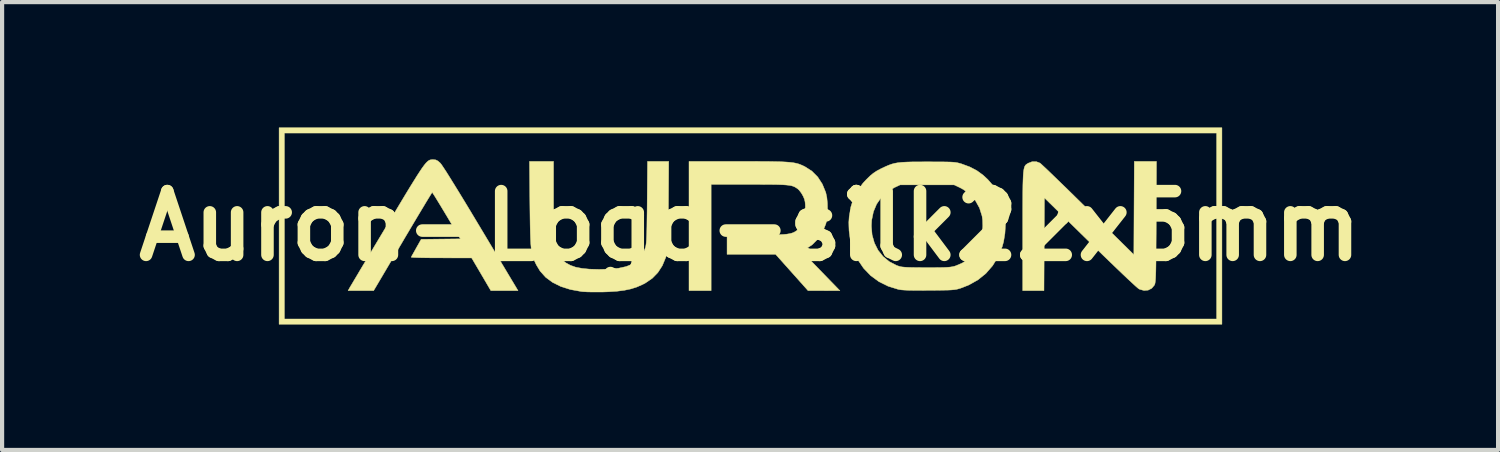
<source format=kicad_pcb>
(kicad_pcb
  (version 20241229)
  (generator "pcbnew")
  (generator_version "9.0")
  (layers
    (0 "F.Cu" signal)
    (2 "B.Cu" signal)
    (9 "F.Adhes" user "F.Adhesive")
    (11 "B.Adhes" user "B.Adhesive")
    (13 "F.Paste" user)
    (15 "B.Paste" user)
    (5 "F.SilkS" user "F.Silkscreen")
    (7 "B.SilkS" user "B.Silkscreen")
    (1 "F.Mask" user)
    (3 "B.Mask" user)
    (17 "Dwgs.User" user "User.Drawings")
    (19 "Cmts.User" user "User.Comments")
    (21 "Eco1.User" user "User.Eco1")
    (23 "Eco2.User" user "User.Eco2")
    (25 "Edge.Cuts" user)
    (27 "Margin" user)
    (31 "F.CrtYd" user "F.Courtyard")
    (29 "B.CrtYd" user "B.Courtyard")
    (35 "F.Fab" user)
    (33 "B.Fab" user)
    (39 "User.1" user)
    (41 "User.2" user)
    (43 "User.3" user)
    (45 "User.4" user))
  (footprint "Auron-Logo-silk22x5mm"
    (layer "F.Cu")
    (at 14.884 2.354)
    (property "Reference" "Auron-Logo-silk22x5mm" (at 0 0 0) (layer "F.SilkS") (effects (font (size 1.524 1.524) (thickness 0.3))))
    (attr through_hole)
    (fp_poly (pts (xy 11.282 2.349) (xy -11.261 2.349) (xy -11.261 -2.223) (xy -11.134 -2.223) (xy -11.134 2.223) (xy 11.155 2.223) (xy 11.155 -2.223) (xy -11.134 -2.223) (xy -11.261 -2.223) (xy -11.261 -2.349) (xy 11.282 -2.349) (xy 11.282 2.349)) (stroke (width 0.01) (type solid)) (fill yes) (layer "F.SilkS"))
    (fp_poly (pts (xy 9.711 -0.101) (xy 9.71 0.183) (xy 9.708 0.428) (xy 9.707 0.637) (xy 9.706 0.812) (xy 9.704 0.957) (xy 9.702 1.076) (xy 9.699 1.17) (xy 9.696 1.244) (xy 9.692 1.301) (xy 9.687 1.342) (xy 9.682 1.372) (xy 9.676 1.394) (xy 9.669 1.41) (xy 9.668 1.413) (xy 9.604 1.489) (xy 9.519 1.533) (xy 9.421 1.542) (xy 9.318 1.514) (xy 9.297 1.503) (xy 9.269 1.482) (xy 9.213 1.433) (xy 9.133 1.359) (xy 9.03 1.264) (xy 8.908 1.148) (xy 8.769 1.015) (xy 8.615 0.867) (xy 8.449 0.707) (xy 8.274 0.536) (xy 8.128 0.394) (xy 7.038 -0.673) (xy 7.027 1.545) (xy 6.519 1.545) (xy 6.519 0.116) (xy 6.519 -0.176) (xy 6.519 -0.428) (xy 6.52 -0.645) (xy 6.521 -0.827) (xy 6.523 -0.98) (xy 6.527 -1.105) (xy 6.531 -1.206) (xy 6.537 -1.286) (xy 6.546 -1.347) (xy 6.556 -1.393) (xy 6.568 -1.427) (xy 6.583 -1.452) (xy 6.601 -1.47) (xy 6.623 -1.485) (xy 6.647 -1.5) (xy 6.65 -1.502) (xy 6.747 -1.539) (xy 6.847 -1.538) (xy 6.932 -1.505) (xy 6.957 -1.484) (xy 7.01 -1.435) (xy 7.088 -1.362) (xy 7.188 -1.266) (xy 7.308 -1.15) (xy 7.445 -1.017) (xy 7.598 -0.869) (xy 7.762 -0.708) (xy 7.936 -0.537) (xy 8.086 -0.39) (xy 9.176 0.685) (xy 9.181 -0.43) (xy 9.187 -1.545) (xy 9.717 -1.545) (xy 9.711 -0.101)) (stroke (width 0.01) (type solid)) (fill yes) (layer "F.SilkS"))
    (fp_poly (pts (xy -7.574 -1.587) (xy -7.515 -1.581) (xy -7.464 -1.555) (xy -7.41 -1.508) (xy -7.382 -1.474) (xy -7.335 -1.404) (xy -7.267 -1.301) (xy -7.181 -1.164) (xy -7.077 -0.996) (xy -6.955 -0.798) (xy -6.816 -0.57) (xy -6.662 -0.315) (xy -6.493 -0.033) (xy -6.438 0.058) (xy -5.548 1.545) (xy -6.198 1.545) (xy -6.427 1.154) (xy -6.657 0.763) (xy -7.384 0.762) (xy -7.554 0.762) (xy -7.71 0.76) (xy -7.846 0.758) (xy -7.958 0.755) (xy -8.041 0.752) (xy -8.091 0.748) (xy -8.103 0.745) (xy -8.091 0.721) (xy -8.061 0.668) (xy -8.02 0.595) (xy -7.98 0.523) (xy -7.864 0.318) (xy -6.926 0.307) (xy -7.257 -0.248) (xy -7.34 -0.386) (xy -7.416 -0.512) (xy -7.482 -0.62) (xy -7.536 -0.708) (xy -7.576 -0.769) (xy -7.597 -0.801) (xy -7.6 -0.804) (xy -7.613 -0.786) (xy -7.645 -0.735) (xy -7.695 -0.654) (xy -7.761 -0.545) (xy -7.841 -0.412) (xy -7.934 -0.257) (xy -8.037 -0.084) (xy -8.148 0.103) (xy -8.267 0.303) (xy -8.306 0.37) (xy -9 1.545) (xy -9.611 1.545) (xy -9.579 1.487) (xy -9.564 1.46) (xy -9.528 1.4) (xy -9.474 1.309) (xy -9.403 1.19) (xy -9.318 1.046) (xy -9.219 0.881) (xy -9.108 0.696) (xy -8.988 0.495) (xy -8.859 0.28) (xy -8.724 0.055) (xy -8.672 -0.032) (xy -8.508 -0.305) (xy -8.365 -0.544) (xy -8.24 -0.752) (xy -8.132 -0.93) (xy -8.039 -1.08) (xy -7.96 -1.206) (xy -7.893 -1.309) (xy -7.837 -1.392) (xy -7.79 -1.456) (xy -7.75 -1.505) (xy -7.716 -1.539) (xy -7.686 -1.563) (xy -7.659 -1.577) (xy -7.633 -1.584) (xy -7.606 -1.587) (xy -7.577 -1.588) (xy -7.574 -1.587)) (stroke (width 0.01) (type solid)) (fill yes) (layer "F.SilkS"))
    (fp_poly (pts (xy -4.699 -0.577) (xy -4.698 -0.321) (xy -4.697 -0.105) (xy -4.695 0.078) (xy -4.69 0.229) (xy -4.684 0.353) (xy -4.674 0.454) (xy -4.66 0.535) (xy -4.642 0.601) (xy -4.619 0.655) (xy -4.592 0.702) (xy -4.558 0.744) (xy -4.517 0.785) (xy -4.494 0.807) (xy -4.402 0.882) (xy -4.295 0.94) (xy -4.17 0.984) (xy -4.02 1.013) (xy -3.84 1.031) (xy -3.626 1.037) (xy -3.591 1.037) (xy -3.346 1.03) (xy -3.138 1.008) (xy -2.965 0.97) (xy -2.822 0.914) (xy -2.706 0.838) (xy -2.614 0.742) (xy -2.544 0.623) (xy -2.505 0.522) (xy -2.496 0.491) (xy -2.489 0.453) (xy -2.483 0.405) (xy -2.478 0.341) (xy -2.474 0.258) (xy -2.47 0.153) (xy -2.467 0.021) (xy -2.465 -0.142) (xy -2.462 -0.34) (xy -2.46 -0.566) (xy -2.452 -1.545) (xy -1.945 -1.545) (xy -1.959 0.582) (xy -2.016 0.751) (xy -2.098 0.948) (xy -2.204 1.112) (xy -2.336 1.248) (xy -2.5 1.361) (xy -2.572 1.399) (xy -2.707 1.458) (xy -2.85 1.504) (xy -3.007 1.537) (xy -3.187 1.56) (xy -3.397 1.573) (xy -3.514 1.577) (xy -3.648 1.578) (xy -3.779 1.578) (xy -3.897 1.575) (xy -3.99 1.57) (xy -4.032 1.566) (xy -4.297 1.518) (xy -4.527 1.445) (xy -4.724 1.347) (xy -4.888 1.225) (xy -5.021 1.076) (xy -5.111 0.927) (xy -5.142 0.862) (xy -5.168 0.803) (xy -5.19 0.743) (xy -5.208 0.681) (xy -5.222 0.61) (xy -5.234 0.528) (xy -5.243 0.429) (xy -5.249 0.31) (xy -5.254 0.167) (xy -5.258 -0.005) (xy -5.261 -0.209) (xy -5.264 -0.451) (xy -5.265 -0.534) (xy -5.274 -1.545) (xy -4.699 -1.545) (xy -4.699 -0.577)) (stroke (width 0.01) (type solid)) (fill yes) (layer "F.SilkS"))
    (fp_poly (pts (xy -0.28 -1.545) (xy -0.008 -1.545) (xy 0.226 -1.544) (xy 0.425 -1.543) (xy 0.593 -1.54) (xy 0.733 -1.537) (xy 0.849 -1.531) (xy 0.944 -1.524) (xy 1.023 -1.515) (xy 1.089 -1.503) (xy 1.146 -1.489) (xy 1.197 -1.471) (xy 1.247 -1.45) (xy 1.298 -1.426) (xy 1.313 -1.418) (xy 1.48 -1.311) (xy 1.618 -1.172) (xy 1.728 -1.002) (xy 1.81 -0.802) (xy 1.812 -0.793) (xy 1.836 -0.682) (xy 1.849 -0.544) (xy 1.852 -0.394) (xy 1.845 -0.247) (xy 1.828 -0.117) (xy 1.812 -0.053) (xy 1.735 0.138) (xy 1.625 0.306) (xy 1.487 0.446) (xy 1.341 0.544) (xy 1.233 0.604) (xy 1.691 1.075) (xy 2.148 1.546) (xy 1.767 1.545) (xy 1.386 1.545) (xy 0.999 1.111) (xy 0.611 0.677) (xy -0.55 0.677) (xy -0.55 0.212) (xy 0.155 0.212) (xy 0.367 0.211) (xy 0.54 0.21) (xy 0.681 0.207) (xy 0.794 0.202) (xy 0.882 0.194) (xy 0.952 0.182) (xy 1.008 0.167) (xy 1.054 0.148) (xy 1.095 0.123) (xy 1.132 0.097) (xy 1.18 0.048) (xy 1.231 -0.023) (xy 1.263 -0.079) (xy 1.292 -0.143) (xy 1.309 -0.201) (xy 1.319 -0.266) (xy 1.322 -0.353) (xy 1.322 -0.402) (xy 1.321 -0.503) (xy 1.315 -0.576) (xy 1.302 -0.634) (xy 1.279 -0.692) (xy 1.265 -0.721) (xy 1.223 -0.793) (xy 1.174 -0.856) (xy 1.143 -0.886) (xy 1.108 -0.911) (xy 1.073 -0.932) (xy 1.036 -0.949) (xy 0.991 -0.963) (xy 0.936 -0.973) (xy 0.865 -0.981) (xy 0.774 -0.987) (xy 0.66 -0.991) (xy 0.518 -0.993) (xy 0.345 -0.994) (xy 0.136 -0.995) (xy -0.013 -0.995) (xy -0.931 -0.995) (xy -0.931 1.545) (xy -1.46 1.545) (xy -1.46 -1.545) (xy -0.28 -1.545)) (stroke (width 0.01) (type solid)) (fill yes) (layer "F.SilkS"))
    (fp_poly (pts (xy 4.429 -1.534) (xy 4.578 -1.534) (xy 4.695 -1.532) (xy 4.786 -1.53) (xy 4.857 -1.526) (xy 4.914 -1.52) (xy 4.961 -1.512) (xy 5.004 -1.501) (xy 5.05 -1.488) (xy 5.059 -1.485) (xy 5.254 -1.413) (xy 5.421 -1.326) (xy 5.572 -1.216) (xy 5.684 -1.112) (xy 5.831 -0.944) (xy 5.943 -0.767) (xy 6.025 -0.573) (xy 6.078 -0.354) (xy 6.097 -0.223) (xy 6.106 -0.029) (xy 6.094 0.175) (xy 6.062 0.372) (xy 6.029 0.493) (xy 5.929 0.736) (xy 5.799 0.949) (xy 5.639 1.133) (xy 5.449 1.287) (xy 5.229 1.41) (xy 5.069 1.474) (xy 5.02 1.491) (xy 4.975 1.504) (xy 4.931 1.515) (xy 4.881 1.522) (xy 4.818 1.528) (xy 4.739 1.532) (xy 4.635 1.534) (xy 4.503 1.536) (xy 4.335 1.538) (xy 4.286 1.538) (xy 4.085 1.539) (xy 3.921 1.539) (xy 3.791 1.537) (xy 3.689 1.532) (xy 3.612 1.526) (xy 3.555 1.517) (xy 3.545 1.515) (xy 3.3 1.439) (xy 3.079 1.329) (xy 2.883 1.185) (xy 2.715 1.01) (xy 2.575 0.805) (xy 2.465 0.571) (xy 2.438 0.493) (xy 2.393 0.313) (xy 2.367 0.112) (xy 2.363 -0.000001) (xy 2.9 -0.000001) (xy 2.918 0.212) (xy 2.973 0.406) (xy 3.06 0.579) (xy 3.179 0.728) (xy 3.327 0.85) (xy 3.501 0.941) (xy 3.544 0.956) (xy 3.582 0.968) (xy 3.627 0.977) (xy 3.684 0.983) (xy 3.758 0.988) (xy 3.856 0.991) (xy 3.983 0.993) (xy 4.144 0.994) (xy 4.215 0.994) (xy 4.389 0.994) (xy 4.526 0.993) (xy 4.633 0.991) (xy 4.715 0.987) (xy 4.78 0.982) (xy 4.832 0.974) (xy 4.878 0.964) (xy 4.917 0.952) (xy 5.085 0.879) (xy 5.237 0.77) (xy 5.366 0.63) (xy 5.469 0.465) (xy 5.506 0.381) (xy 5.536 0.272) (xy 5.556 0.138) (xy 5.564 -0.005) (xy 5.56 -0.143) (xy 5.547 -0.238) (xy 5.486 -0.431) (xy 5.39 -0.604) (xy 5.262 -0.752) (xy 5.104 -0.871) (xy 5.016 -0.919) (xy 4.879 -0.984) (xy 3.588 -0.984) (xy 3.445 -0.917) (xy 3.276 -0.814) (xy 3.136 -0.682) (xy 3.026 -0.524) (xy 2.95 -0.343) (xy 2.908 -0.141) (xy 2.9 -0.000001) (xy 2.363 -0.000001) (xy 2.361 -0.091) (xy 2.37 -0.223) (xy 2.41 -0.458) (xy 2.476 -0.665) (xy 2.572 -0.852) (xy 2.7 -1.025) (xy 2.783 -1.114) (xy 2.871 -1.2) (xy 2.948 -1.263) (xy 3.026 -1.315) (xy 3.121 -1.366) (xy 3.154 -1.382) (xy 3.239 -1.422) (xy 3.314 -1.454) (xy 3.385 -1.48) (xy 3.456 -1.499) (xy 3.535 -1.513) (xy 3.627 -1.523) (xy 3.737 -1.529) (xy 3.872 -1.533) (xy 4.037 -1.534) (xy 4.239 -1.535) (xy 4.244 -1.535) (xy 4.429 -1.534)) (stroke (width 0.01) (type solid)) (fill yes) (layer "F.SilkS")))
  (gr_rect
    (start -3 -3)
    (end 32.769 7.709)
    (stroke (width 0.1) (type default))
    (fill no)
    (layer "Edge.Cuts")))
</source>
